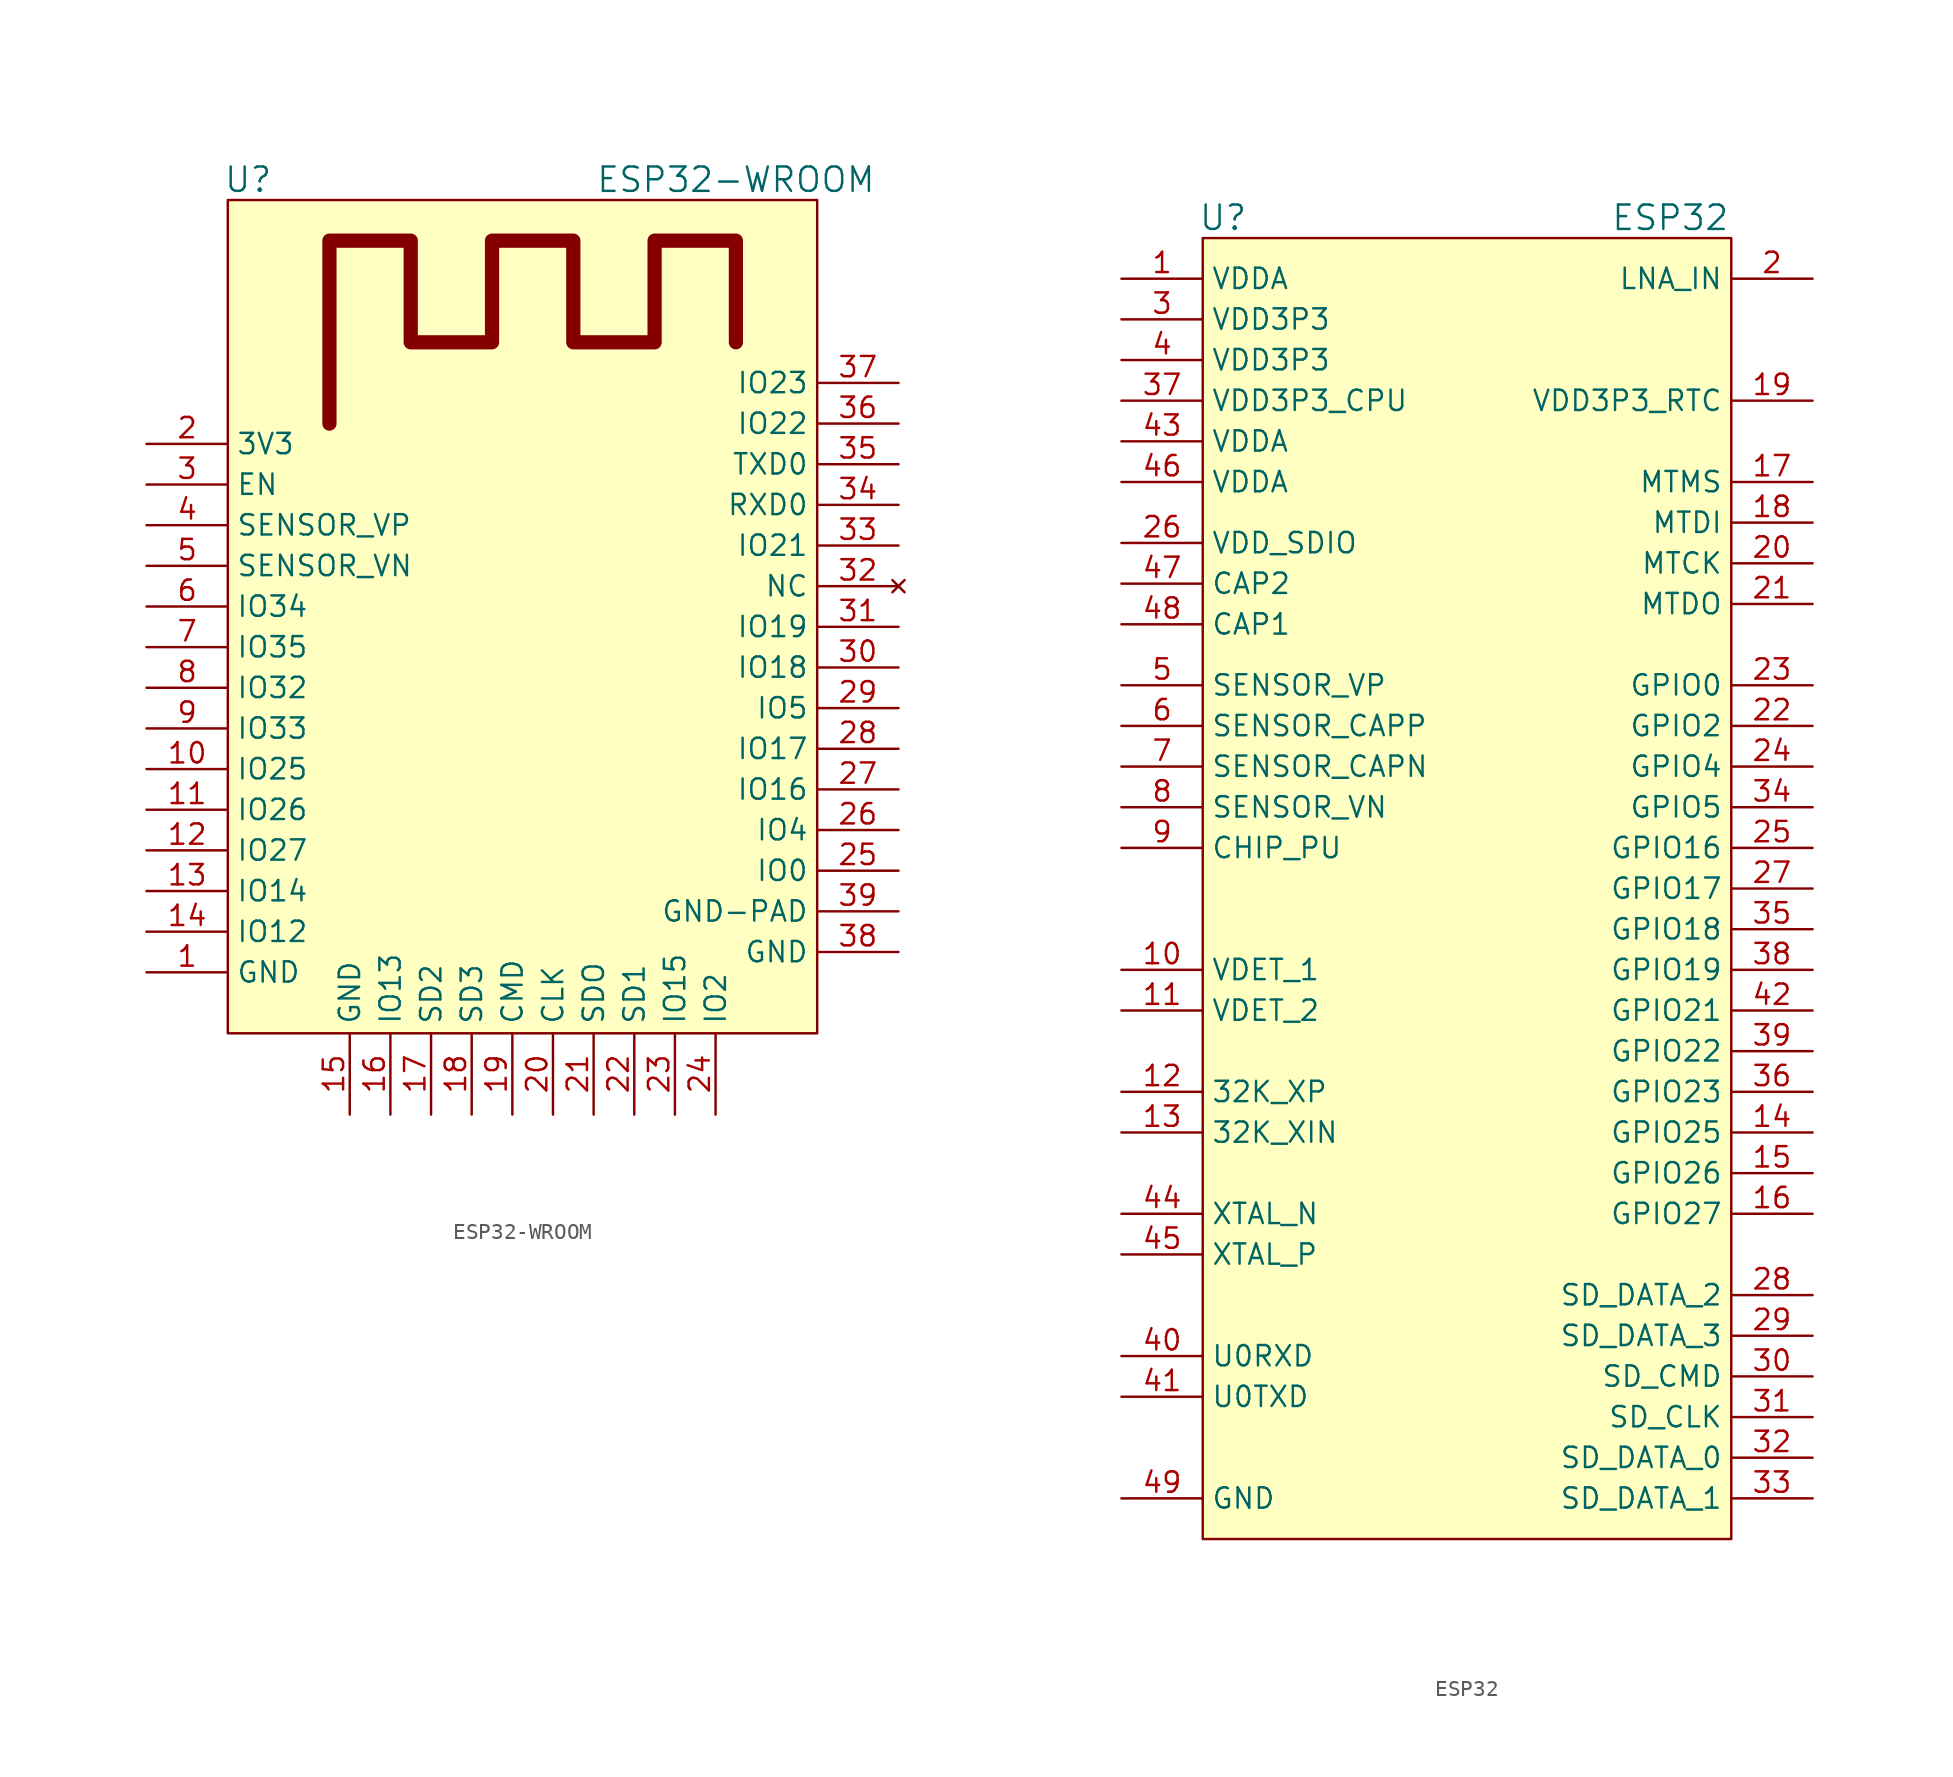
<source format=kicad_sym>
(kicad_symbol_lib
  (version 20201005)
  (generator kicad_symbol_editor)
  (symbol "Zimprich:ESP32-WROOM"
    (property "Reference" "U"
      (at -17.78 31.75 0)
      (effects (font (size 1.524 1.524))))
    (property "Value" "ESP32-WROOM"
      (at 12.7 31.75 0)
      (effects (font (size 1.524 1.524))))
    (symbol "ESP32-WROOM_0_1"
      (rectangle (start -19.05 30.48) (end 17.78 -21.59) (stroke (width 0)) (fill (type background)))
      (polyline (pts (xy -12.7 16.51) (xy -12.7 27.94) (xy -7.62 27.94) (xy -7.62 21.59) (xy -2.54 21.59) (xy -2.54 27.94) (xy 2.54 27.94) (xy 2.54 21.59) (xy 7.62 21.59) (xy 7.62 27.94) (xy 12.7 27.94) (xy 12.7 21.59)) (stroke (width 0.889)) (fill (type none))))
    (symbol "ESP32-WROOM_1_1"
      (pin power_out line (at -24.13 -17.78 0) (length 5.08) (name "GND" (effects (font (size 1.27 1.27)))) (number "1" (effects (font (size 1.27 1.27)))))
      (pin bidirectional line (at -24.13 -5.08 0) (length 5.08) (name "IO25" (effects (font (size 1.27 1.27)))) (number "10" (effects (font (size 1.27 1.27)))))
      (pin bidirectional line (at -24.13 -7.62 0) (length 5.08) (name "IO26" (effects (font (size 1.27 1.27)))) (number "11" (effects (font (size 1.27 1.27)))))
      (pin bidirectional line (at -24.13 -10.16 0) (length 5.08) (name "IO27" (effects (font (size 1.27 1.27)))) (number "12" (effects (font (size 1.27 1.27)))))
      (pin bidirectional line (at -24.13 -12.7 0) (length 5.08) (name "IO14" (effects (font (size 1.27 1.27)))) (number "13" (effects (font (size 1.27 1.27)))))
      (pin bidirectional line (at -24.13 -15.24 0) (length 5.08) (name "IO12" (effects (font (size 1.27 1.27)))) (number "14" (effects (font (size 1.27 1.27)))))
      (pin power_in line (at -11.43 -26.67 90) (length 5.08) (name "GND" (effects (font (size 1.27 1.27)))) (number "15" (effects (font (size 1.27 1.27)))))
      (pin bidirectional line (at -8.89 -26.67 90) (length 5.08) (name "IO13" (effects (font (size 1.27 1.27)))) (number "16" (effects (font (size 1.27 1.27)))))
      (pin bidirectional line (at -6.35 -26.67 90) (length 5.08) (name "SD2" (effects (font (size 1.27 1.27)))) (number "17" (effects (font (size 1.27 1.27)))))
      (pin bidirectional line (at -3.81 -26.67 90) (length 5.08) (name "SD3" (effects (font (size 1.27 1.27)))) (number "18" (effects (font (size 1.27 1.27)))))
      (pin bidirectional line (at -1.27 -26.67 90) (length 5.08) (name "CMD" (effects (font (size 1.27 1.27)))) (number "19" (effects (font (size 1.27 1.27)))))
      (pin power_in line (at -24.13 15.24 0) (length 5.08) (name "3V3" (effects (font (size 1.27 1.27)))) (number "2" (effects (font (size 1.27 1.27)))))
      (pin input line (at 1.27 -26.67 90) (length 5.08) (name "CLK" (effects (font (size 1.27 1.27)))) (number "20" (effects (font (size 1.27 1.27)))))
      (pin bidirectional line (at 3.81 -26.67 90) (length 5.08) (name "SDO" (effects (font (size 1.27 1.27)))) (number "21" (effects (font (size 1.27 1.27)))))
      (pin bidirectional line (at 6.35 -26.67 90) (length 5.08) (name "SD1" (effects (font (size 1.27 1.27)))) (number "22" (effects (font (size 1.27 1.27)))))
      (pin bidirectional line (at 8.89 -26.67 90) (length 5.08) (name "IO15" (effects (font (size 1.27 1.27)))) (number "23" (effects (font (size 1.27 1.27)))))
      (pin bidirectional line (at 11.43 -26.67 90) (length 5.08) (name "IO2" (effects (font (size 1.27 1.27)))) (number "24" (effects (font (size 1.27 1.27)))))
      (pin bidirectional line (at 22.86 -11.43 180) (length 5.08) (name "IO0" (effects (font (size 1.27 1.27)))) (number "25" (effects (font (size 1.27 1.27)))))
      (pin input line (at 22.86 -8.89 180) (length 5.08) (name "IO4" (effects (font (size 1.27 1.27)))) (number "26" (effects (font (size 1.27 1.27)))))
      (pin bidirectional line (at 22.86 -6.35 180) (length 5.08) (name "IO16" (effects (font (size 1.27 1.27)))) (number "27" (effects (font (size 1.27 1.27)))))
      (pin bidirectional line (at 22.86 -3.81 180) (length 5.08) (name "IO17" (effects (font (size 1.27 1.27)))) (number "28" (effects (font (size 1.27 1.27)))))
      (pin bidirectional line (at 22.86 -1.27 180) (length 5.08) (name "IO5" (effects (font (size 1.27 1.27)))) (number "29" (effects (font (size 1.27 1.27)))))
      (pin input line (at -24.13 12.7 0) (length 5.08) (name "EN" (effects (font (size 1.27 1.27)))) (number "3" (effects (font (size 1.27 1.27)))))
      (pin input line (at 22.86 1.27 180) (length 5.08) (name "IO18" (effects (font (size 1.27 1.27)))) (number "30" (effects (font (size 1.27 1.27)))))
      (pin bidirectional line (at 22.86 3.81 180) (length 5.08) (name "IO19" (effects (font (size 1.27 1.27)))) (number "31" (effects (font (size 1.27 1.27)))))
      (pin unconnected line (at 22.86 6.35 180) (length 5.08) (name "NC" (effects (font (size 1.27 1.27)))) (number "32" (effects (font (size 1.27 1.27)))))
      (pin bidirectional line (at 22.86 8.89 180) (length 5.08) (name "IO21" (effects (font (size 1.27 1.27)))) (number "33" (effects (font (size 1.27 1.27)))))
      (pin bidirectional line (at 22.86 11.43 180) (length 5.08) (name "RXD0" (effects (font (size 1.27 1.27)))) (number "34" (effects (font (size 1.27 1.27)))))
      (pin bidirectional line (at 22.86 13.97 180) (length 5.08) (name "TXD0" (effects (font (size 1.27 1.27)))) (number "35" (effects (font (size 1.27 1.27)))))
      (pin bidirectional line (at 22.86 16.51 180) (length 5.08) (name "IO22" (effects (font (size 1.27 1.27)))) (number "36" (effects (font (size 1.27 1.27)))))
      (pin bidirectional line (at 22.86 19.05 180) (length 5.08) (name "IO23" (effects (font (size 1.27 1.27)))) (number "37" (effects (font (size 1.27 1.27)))))
      (pin power_in line (at 22.86 -16.51 180) (length 5.08) (name "GND" (effects (font (size 1.27 1.27)))) (number "38" (effects (font (size 1.27 1.27)))))
      (pin power_in line (at 22.86 -13.97 180) (length 5.08) (name "GND-PAD" (effects (font (size 1.27 1.27)))) (number "39" (effects (font (size 1.27 1.27)))))
      (pin input line (at -24.13 10.16 0) (length 5.08) (name "SENSOR_VP" (effects (font (size 1.27 1.27)))) (number "4" (effects (font (size 1.27 1.27)))))
      (pin input line (at -24.13 7.62 0) (length 5.08) (name "SENSOR_VN" (effects (font (size 1.27 1.27)))) (number "5" (effects (font (size 1.27 1.27)))))
      (pin bidirectional line (at -24.13 5.08 0) (length 5.08) (name "IO34" (effects (font (size 1.27 1.27)))) (number "6" (effects (font (size 1.27 1.27)))))
      (pin bidirectional line (at -24.13 2.54 0) (length 5.08) (name "IO35" (effects (font (size 1.27 1.27)))) (number "7" (effects (font (size 1.27 1.27)))))
      (pin bidirectional line (at -24.13 0 0) (length 5.08) (name "IO32" (effects (font (size 1.27 1.27)))) (number "8" (effects (font (size 1.27 1.27)))))
      (pin bidirectional line (at -24.13 -2.54 0) (length 5.08) (name "IO33" (effects (font (size 1.27 1.27)))) (number "9" (effects (font (size 1.27 1.27)))))))
  (symbol "Zimprich:ESP32"
    (property "Reference" "U"
      (at -15.24 43.18 0)
      (effects (font (size 1.524 1.524))))
    (property "Value" "ESP32"
      (at 12.7 43.18 0)
      (effects (font (size 1.524 1.524))))
    (symbol "ESP32_0_1"
      (rectangle (start -16.51 41.91) (end 16.51 -39.37) (stroke (width 0)) (fill (type background))))
    (symbol "ESP32_1_1"
      (pin power_in line (at -21.59 39.37 0) (length 5.08) (name "VDDA" (effects (font (size 1.27 1.27)))) (number "1" (effects (font (size 1.27 1.27)))))
      (pin input line (at -21.59 -3.81 0) (length 5.08) (name "VDET_1" (effects (font (size 1.27 1.27)))) (number "10" (effects (font (size 1.27 1.27)))))
      (pin input line (at -21.59 -6.35 0) (length 5.08) (name "VDET_2" (effects (font (size 1.27 1.27)))) (number "11" (effects (font (size 1.27 1.27)))))
      (pin bidirectional line (at -21.59 -11.43 0) (length 5.08) (name "32K_XP" (effects (font (size 1.27 1.27)))) (number "12" (effects (font (size 1.27 1.27)))))
      (pin bidirectional line (at -21.59 -13.97 0) (length 5.08) (name "32K_XIN" (effects (font (size 1.27 1.27)))) (number "13" (effects (font (size 1.27 1.27)))))
      (pin bidirectional line (at 21.59 -13.97 180) (length 5.08) (name "GPIO25" (effects (font (size 1.27 1.27)))) (number "14" (effects (font (size 1.27 1.27)))))
      (pin bidirectional line (at 21.59 -16.51 180) (length 5.08) (name "GPIO26" (effects (font (size 1.27 1.27)))) (number "15" (effects (font (size 1.27 1.27)))))
      (pin bidirectional line (at 21.59 -19.05 180) (length 5.08) (name "GPIO27" (effects (font (size 1.27 1.27)))) (number "16" (effects (font (size 1.27 1.27)))))
      (pin bidirectional line (at 21.59 26.67 180) (length 5.08) (name "MTMS" (effects (font (size 1.27 1.27)))) (number "17" (effects (font (size 1.27 1.27)))))
      (pin bidirectional line (at 21.59 24.13 180) (length 5.08) (name "MTDI" (effects (font (size 1.27 1.27)))) (number "18" (effects (font (size 1.27 1.27)))))
      (pin power_in line (at 21.59 31.75 180) (length 5.08) (name "VDD3P3_RTC" (effects (font (size 1.27 1.27)))) (number "19" (effects (font (size 1.27 1.27)))))
      (pin input line (at 21.59 39.37 180) (length 5.08) (name "LNA_IN" (effects (font (size 1.27 1.27)))) (number "2" (effects (font (size 1.27 1.27)))))
      (pin bidirectional line (at 21.59 21.59 180) (length 5.08) (name "MTCK" (effects (font (size 1.27 1.27)))) (number "20" (effects (font (size 1.27 1.27)))))
      (pin bidirectional line (at 21.59 19.05 180) (length 5.08) (name "MTDO" (effects (font (size 1.27 1.27)))) (number "21" (effects (font (size 1.27 1.27)))))
      (pin bidirectional line (at 21.59 11.43 180) (length 5.08) (name "GPIO2" (effects (font (size 1.27 1.27)))) (number "22" (effects (font (size 1.27 1.27)))))
      (pin bidirectional line (at 21.59 13.97 180) (length 5.08) (name "GPIO0" (effects (font (size 1.27 1.27)))) (number "23" (effects (font (size 1.27 1.27)))))
      (pin bidirectional line (at 21.59 8.89 180) (length 5.08) (name "GPIO4" (effects (font (size 1.27 1.27)))) (number "24" (effects (font (size 1.27 1.27)))))
      (pin bidirectional line (at 21.59 3.81 180) (length 5.08) (name "GPIO16" (effects (font (size 1.27 1.27)))) (number "25" (effects (font (size 1.27 1.27)))))
      (pin power_in line (at -21.59 22.86 0) (length 5.08) (name "VDD_SDIO" (effects (font (size 1.27 1.27)))) (number "26" (effects (font (size 1.27 1.27)))))
      (pin bidirectional line (at 21.59 1.27 180) (length 5.08) (name "GPIO17" (effects (font (size 1.27 1.27)))) (number "27" (effects (font (size 1.27 1.27)))))
      (pin bidirectional line (at 21.59 -24.13 180) (length 5.08) (name "SD_DATA_2" (effects (font (size 1.27 1.27)))) (number "28" (effects (font (size 1.27 1.27)))))
      (pin bidirectional line (at 21.59 -26.67 180) (length 5.08) (name "SD_DATA_3" (effects (font (size 1.27 1.27)))) (number "29" (effects (font (size 1.27 1.27)))))
      (pin power_in line (at -21.59 36.83 0) (length 5.08) (name "VDD3P3" (effects (font (size 1.27 1.27)))) (number "3" (effects (font (size 1.27 1.27)))))
      (pin bidirectional line (at 21.59 -29.21 180) (length 5.08) (name "SD_CMD" (effects (font (size 1.27 1.27)))) (number "30" (effects (font (size 1.27 1.27)))))
      (pin bidirectional line (at 21.59 -31.75 180) (length 5.08) (name "SD_CLK" (effects (font (size 1.27 1.27)))) (number "31" (effects (font (size 1.27 1.27)))))
      (pin bidirectional line (at 21.59 -34.29 180) (length 5.08) (name "SD_DATA_0" (effects (font (size 1.27 1.27)))) (number "32" (effects (font (size 1.27 1.27)))))
      (pin bidirectional line (at 21.59 -36.83 180) (length 5.08) (name "SD_DATA_1" (effects (font (size 1.27 1.27)))) (number "33" (effects (font (size 1.27 1.27)))))
      (pin bidirectional line (at 21.59 6.35 180) (length 5.08) (name "GPIO5" (effects (font (size 1.27 1.27)))) (number "34" (effects (font (size 1.27 1.27)))))
      (pin bidirectional line (at 21.59 -1.27 180) (length 5.08) (name "GPIO18" (effects (font (size 1.27 1.27)))) (number "35" (effects (font (size 1.27 1.27)))))
      (pin bidirectional line (at 21.59 -11.43 180) (length 5.08) (name "GPIO23" (effects (font (size 1.27 1.27)))) (number "36" (effects (font (size 1.27 1.27)))))
      (pin power_in line (at -21.59 31.75 0) (length 5.08) (name "VDD3P3_CPU" (effects (font (size 1.27 1.27)))) (number "37" (effects (font (size 1.27 1.27)))))
      (pin bidirectional line (at 21.59 -3.81 180) (length 5.08) (name "GPIO19" (effects (font (size 1.27 1.27)))) (number "38" (effects (font (size 1.27 1.27)))))
      (pin bidirectional line (at 21.59 -8.89 180) (length 5.08) (name "GPIO22" (effects (font (size 1.27 1.27)))) (number "39" (effects (font (size 1.27 1.27)))))
      (pin input line (at -21.59 34.29 0) (length 5.08) (name "VDD3P3" (effects (font (size 1.27 1.27)))) (number "4" (effects (font (size 1.27 1.27)))))
      (pin bidirectional line (at -21.59 -27.94 0) (length 5.08) (name "U0RXD" (effects (font (size 1.27 1.27)))) (number "40" (effects (font (size 1.27 1.27)))))
      (pin bidirectional line (at -21.59 -30.48 0) (length 5.08) (name "U0TXD" (effects (font (size 1.27 1.27)))) (number "41" (effects (font (size 1.27 1.27)))))
      (pin bidirectional line (at 21.59 -6.35 180) (length 5.08) (name "GPIO21" (effects (font (size 1.27 1.27)))) (number "42" (effects (font (size 1.27 1.27)))))
      (pin power_in line (at -21.59 29.21 0) (length 5.08) (name "VDDA" (effects (font (size 1.27 1.27)))) (number "43" (effects (font (size 1.27 1.27)))))
      (pin bidirectional line (at -21.59 -19.05 0) (length 5.08) (name "XTAL_N" (effects (font (size 1.27 1.27)))) (number "44" (effects (font (size 1.27 1.27)))))
      (pin bidirectional line (at -21.59 -21.59 0) (length 5.08) (name "XTAL_P" (effects (font (size 1.27 1.27)))) (number "45" (effects (font (size 1.27 1.27)))))
      (pin power_in line (at -21.59 26.67 0) (length 5.08) (name "VDDA" (effects (font (size 1.27 1.27)))) (number "46" (effects (font (size 1.27 1.27)))))
      (pin passive line (at -21.59 20.32 0) (length 5.08) (name "CAP2" (effects (font (size 1.27 1.27)))) (number "47" (effects (font (size 1.27 1.27)))))
      (pin passive line (at -21.59 17.78 0) (length 5.08) (name "CAP1" (effects (font (size 1.27 1.27)))) (number "48" (effects (font (size 1.27 1.27)))))
      (pin power_in line (at -21.59 -36.83 0) (length 5.08) (name "GND" (effects (font (size 1.27 1.27)))) (number "49" (effects (font (size 1.27 1.27)))))
      (pin input line (at -21.59 13.97 0) (length 5.08) (name "SENSOR_VP" (effects (font (size 1.27 1.27)))) (number "5" (effects (font (size 1.27 1.27)))))
      (pin input line (at -21.59 11.43 0) (length 5.08) (name "SENSOR_CAPP" (effects (font (size 1.27 1.27)))) (number "6" (effects (font (size 1.27 1.27)))))
      (pin input line (at -21.59 8.89 0) (length 5.08) (name "SENSOR_CAPN" (effects (font (size 1.27 1.27)))) (number "7" (effects (font (size 1.27 1.27)))))
      (pin input line (at -21.59 6.35 0) (length 5.08) (name "SENSOR_VN" (effects (font (size 1.27 1.27)))) (number "8" (effects (font (size 1.27 1.27)))))
      (pin input line (at -21.59 3.81 0) (length 5.08) (name "CHIP_PU" (effects (font (size 1.27 1.27)))) (number "9" (effects (font (size 1.27 1.27))))))))
</source>
